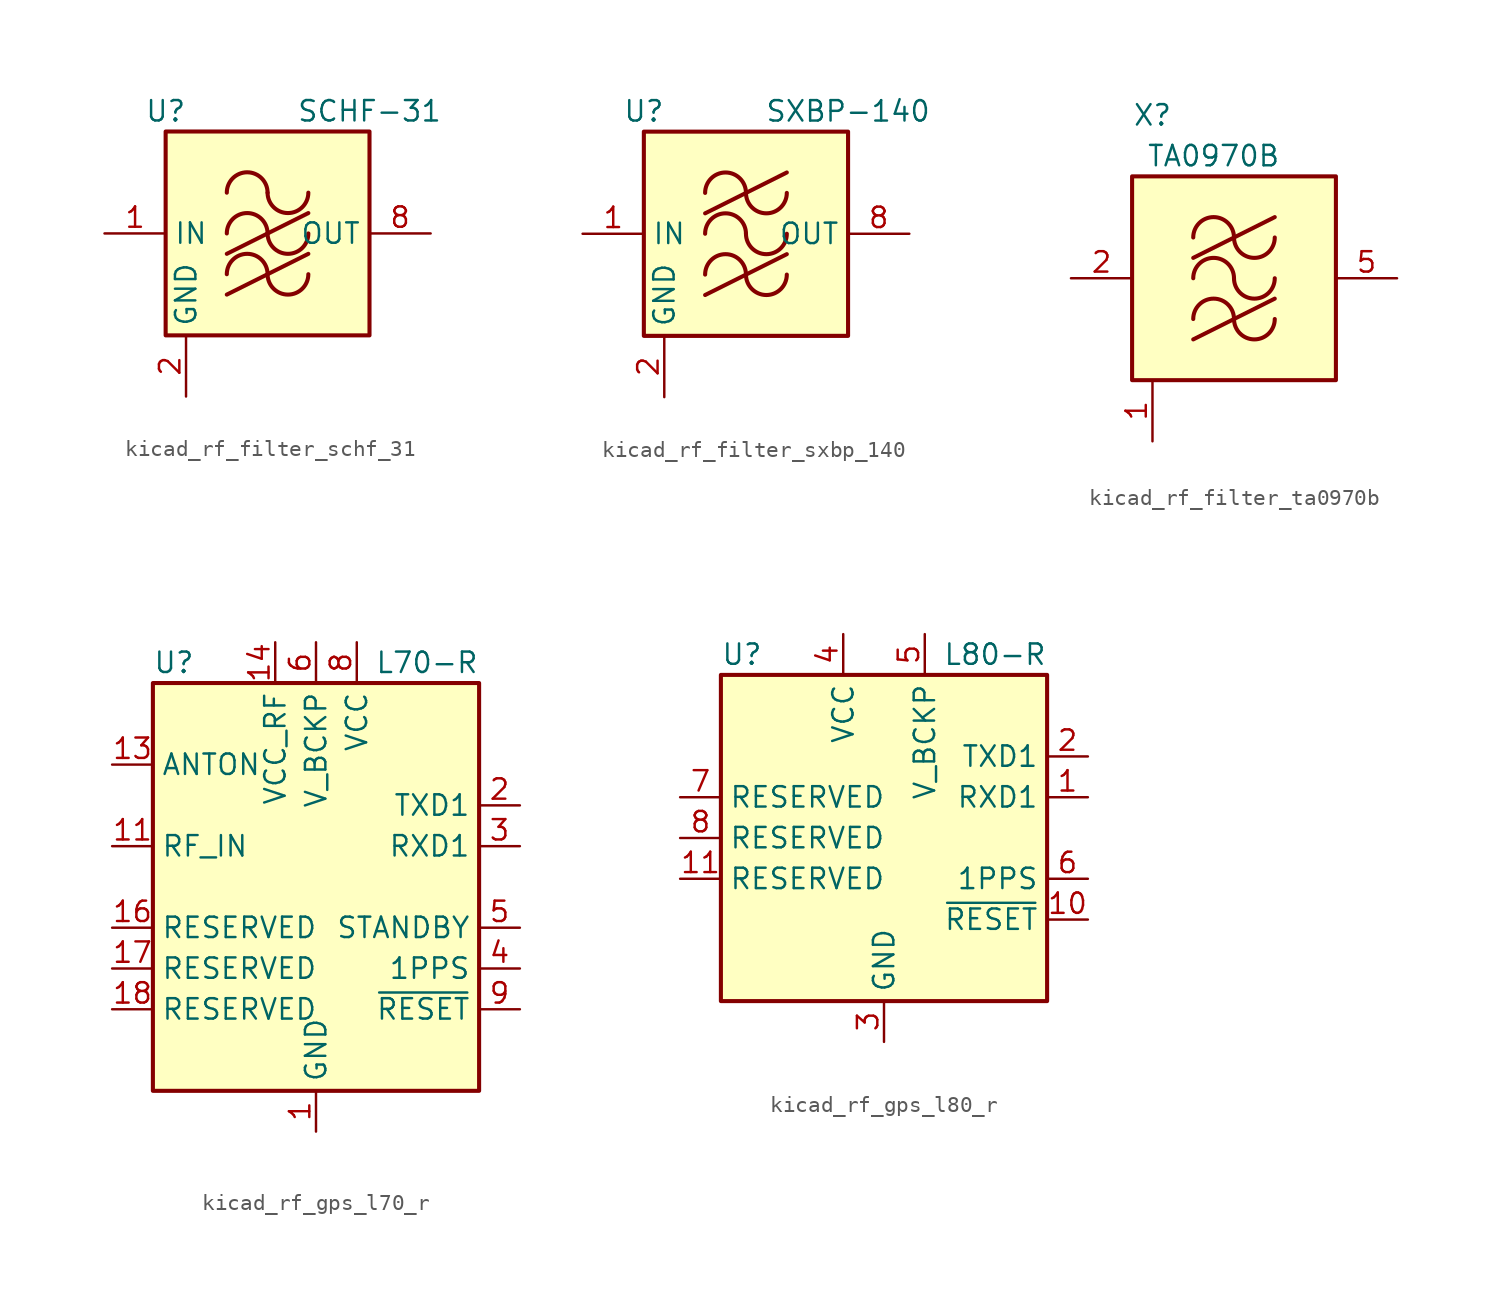
<source format=kicad_sym>
(kicad_symbol_lib
  (version 20220914)
  (generator kicad_symbol_editor)
  (symbol "kicad_rf_filter_schf_31"
    (property "Reference" "U"
      (at -6.35 7.62 0)
      (effects (font (size 1.27 1.27))))
    (property "Value" "SCHF-31"
      (at 6.35 7.62 0)
      (effects (font (size 1.27 1.27))))
    (symbol "kicad_rf_filter_schf_31_0_1"
      (rectangle (start -6.35 6.35) (end 6.35 -6.35) (stroke (width 0.254) (type default)) (fill (type background)))
      (arc (start 0 -2.54) (mid -1.27 -1.2755) (end -2.54 -2.54) (stroke (width 0.254) (type default)) (fill (type none)))
      (arc (start 0 -2.54) (mid 1.27 -3.8045) (end 2.54 -2.54) (stroke (width 0.254) (type default)) (fill (type none)))
      (arc (start 0 0) (mid -1.27 1.2645) (end -2.54 0) (stroke (width 0.254) (type default)) (fill (type none)))
      (polyline (pts (xy -2.54 -3.81) (xy 2.54 -1.27)) (stroke (width 0.254) (type default)) (fill (type none)))
      (polyline (pts (xy -2.54 -1.27) (xy 2.54 1.27)) (stroke (width 0.254) (type default)) (fill (type none)))
      (arc (start 0 0) (mid 1.27 -1.2645) (end 2.54 0) (stroke (width 0.254) (type default)) (fill (type none)))
      (arc (start 0 2.54) (mid -1.27 3.8045) (end -2.54 2.54) (stroke (width 0.254) (type default)) (fill (type none)))
      (arc (start 0 2.54) (mid 1.27 1.2755) (end 2.54 2.54) (stroke (width 0.254) (type default)) (fill (type none))))
    (symbol "kicad_rf_filter_schf_31_1_1"
      (pin input line (at -10.16 0 0) (length 3.81) (name "IN" (effects (font (size 1.27 1.27)))) (number "1" (effects (font (size 1.27 1.27)))))
      (pin power_in line (at -5.08 -10.16 90) (length 3.81) (name "GND" (effects (font (size 1.27 1.27)))) (number "2" (effects (font (size 1.27 1.27)))))
      (pin passive line (at -5.08 -10.16 90) (length 3.81) hide (name "GND" (effects (font (size 1.27 1.27)))) (number "3" (effects (font (size 1.27 1.27)))))
      (pin passive line (at -5.08 -10.16 90) (length 3.81) hide (name "GND" (effects (font (size 1.27 1.27)))) (number "4" (effects (font (size 1.27 1.27)))))
      (pin passive line (at -5.08 -10.16 90) (length 3.81) hide (name "GND" (effects (font (size 1.27 1.27)))) (number "5" (effects (font (size 1.27 1.27)))))
      (pin passive line (at -5.08 -10.16 90) (length 3.81) hide (name "GND" (effects (font (size 1.27 1.27)))) (number "6" (effects (font (size 1.27 1.27)))))
      (pin passive line (at -5.08 -10.16 90) (length 3.81) hide (name "GND" (effects (font (size 1.27 1.27)))) (number "7" (effects (font (size 1.27 1.27)))))
      (pin output line (at 10.16 0 180) (length 3.81) (name "OUT" (effects (font (size 1.27 1.27)))) (number "8" (effects (font (size 1.27 1.27)))))))
  (symbol "kicad_rf_filter_sxbp_140"
    (property "Reference" "U"
      (at -6.35 7.62 0)
      (effects (font (size 1.27 1.27))))
    (property "Value" "SXBP-140"
      (at 6.35 7.62 0)
      (effects (font (size 1.27 1.27))))
    (symbol "kicad_rf_filter_sxbp_140_0_1"
      (rectangle (start -6.35 6.35) (end 6.35 -6.35) (stroke (width 0.254) (type default)) (fill (type background)))
      (arc (start 0 -2.54) (mid -1.27 -1.2755) (end -2.54 -2.54) (stroke (width 0.254) (type default)) (fill (type none)))
      (arc (start 0 -2.54) (mid 1.27 -3.8045) (end 2.54 -2.54) (stroke (width 0.254) (type default)) (fill (type none)))
      (arc (start 0 0) (mid -1.27 1.2645) (end -2.54 0) (stroke (width 0.254) (type default)) (fill (type none)))
      (polyline (pts (xy -2.54 -3.81) (xy 2.54 -1.27)) (stroke (width 0.254) (type default)) (fill (type none)))
      (polyline (pts (xy -2.54 1.27) (xy 2.54 3.81)) (stroke (width 0.254) (type default)) (fill (type none)))
      (arc (start 0 0) (mid 1.27 -1.2645) (end 2.54 0) (stroke (width 0.254) (type default)) (fill (type none)))
      (arc (start 0 2.54) (mid -1.27 3.8045) (end -2.54 2.54) (stroke (width 0.254) (type default)) (fill (type none)))
      (arc (start 0 2.54) (mid 1.27 1.2755) (end 2.54 2.54) (stroke (width 0.254) (type default)) (fill (type none))))
    (symbol "kicad_rf_filter_sxbp_140_1_1"
      (pin input line (at -10.16 0 0) (length 3.81) (name "IN" (effects (font (size 1.27 1.27)))) (number "1" (effects (font (size 1.27 1.27)))))
      (pin power_in line (at -5.08 -10.16 90) (length 3.81) (name "GND" (effects (font (size 1.27 1.27)))) (number "2" (effects (font (size 1.27 1.27)))))
      (pin passive line (at -5.08 -10.16 90) (length 3.81) hide (name "GND" (effects (font (size 1.27 1.27)))) (number "3" (effects (font (size 1.27 1.27)))))
      (pin passive line (at -5.08 -10.16 90) (length 3.81) hide (name "GND" (effects (font (size 1.27 1.27)))) (number "4" (effects (font (size 1.27 1.27)))))
      (pin passive line (at -5.08 -10.16 90) (length 3.81) hide (name "GND" (effects (font (size 1.27 1.27)))) (number "5" (effects (font (size 1.27 1.27)))))
      (pin passive line (at -5.08 -10.16 90) (length 3.81) hide (name "GND" (effects (font (size 1.27 1.27)))) (number "6" (effects (font (size 1.27 1.27)))))
      (pin passive line (at -5.08 -10.16 90) (length 3.81) hide (name "GND" (effects (font (size 1.27 1.27)))) (number "7" (effects (font (size 1.27 1.27)))))
      (pin output line (at 10.16 0 180) (length 3.81) (name "OUT" (effects (font (size 1.27 1.27)))) (number "8" (effects (font (size 1.27 1.27)))))))
  (symbol "kicad_rf_filter_ta0970b"
    (pin_names hide)
    (property "Reference" "X"
      (at -5.08 10.16 0)
      (effects (font (size 1.27 1.27))))
    (property "Value" "TA0970B"
      (at -1.27 7.62 0)
      (effects (font (size 1.27 1.27))))
    (symbol "kicad_rf_filter_ta0970b_1_1"
      (rectangle (start -6.35 6.35) (end 6.35 -6.35) (stroke (width 0.254) (type default)) (fill (type background)))
      (arc (start 0 -2.54) (mid -1.27 -1.2755) (end -2.54 -2.54) (stroke (width 0.254) (type default)) (fill (type none)))
      (arc (start 0 -2.54) (mid 1.27 -3.8045) (end 2.54 -2.54) (stroke (width 0.254) (type default)) (fill (type none)))
      (arc (start 0 0) (mid -1.27 1.2645) (end -2.54 0) (stroke (width 0.254) (type default)) (fill (type none)))
      (polyline (pts (xy -2.54 -3.81) (xy 2.54 -1.27)) (stroke (width 0.254) (type default)) (fill (type none)))
      (polyline (pts (xy -2.54 1.27) (xy 2.54 3.81)) (stroke (width 0.254) (type default)) (fill (type none)))
      (arc (start 0 0) (mid 1.27 -1.2645) (end 2.54 0) (stroke (width 0.254) (type default)) (fill (type none)))
      (arc (start 0 2.54) (mid -1.27 3.8045) (end -2.54 2.54) (stroke (width 0.254) (type default)) (fill (type none)))
      (arc (start 0 2.54) (mid 1.27 1.2755) (end 2.54 2.54) (stroke (width 0.254) (type default)) (fill (type none)))
      (pin power_in line (at -5.08 -10.16 90) (length 3.81) (name "GND" (effects (font (size 1.27 1.27)))) (number "1" (effects (font (size 1.27 1.27)))))
      (pin input line (at -10.16 0 0) (length 3.81) (name "IN" (effects (font (size 1.27 1.27)))) (number "2" (effects (font (size 1.27 1.27)))))
      (pin passive line (at -5.08 -10.16 90) (length 3.81) hide (name "GND" (effects (font (size 1.27 1.27)))) (number "3" (effects (font (size 1.27 1.27)))))
      (pin passive line (at -5.08 -10.16 90) (length 3.81) hide (name "GND" (effects (font (size 1.27 1.27)))) (number "4" (effects (font (size 1.27 1.27)))))
      (pin output line (at 10.16 0 180) (length 3.81) (name "OUT" (effects (font (size 1.27 1.27)))) (number "5" (effects (font (size 1.27 1.27)))))
      (pin passive line (at -5.08 -10.16 90) (length 3.81) hide (name "GND" (effects (font (size 1.27 1.27)))) (number "6" (effects (font (size 1.27 1.27)))))))
  (symbol "kicad_rf_gps_l70_r"
    (property "Reference" "U"
      (at -10.16 13.97 0)
      (effects (font (size 1.27 1.27)) (justify left)))
    (property "Value" "L70-R"
      (at 10.16 13.97 0)
      (effects (font (size 1.27 1.27)) (justify right)))
    (symbol "kicad_rf_gps_l70_r_0_1"
      (rectangle (start -10.16 12.7) (end 10.16 -12.7) (stroke (width 0.254) (type default)) (fill (type background))))
    (symbol "kicad_rf_gps_l70_r_1_1"
      (pin power_in line (at 0 -15.24 90) (length 2.54) (name "GND" (effects (font (size 1.27 1.27)))) (number "1" (effects (font (size 1.27 1.27)))))
      (pin passive line (at 0 -15.24 90) (length 2.54) hide (name "GND" (effects (font (size 1.27 1.27)))) (number "10" (effects (font (size 1.27 1.27)))))
      (pin input line (at -12.7 2.54 0) (length 2.54) (name "RF_IN" (effects (font (size 1.27 1.27)))) (number "11" (effects (font (size 1.27 1.27)))))
      (pin passive line (at 0 -15.24 90) (length 2.54) hide (name "GND" (effects (font (size 1.27 1.27)))) (number "12" (effects (font (size 1.27 1.27)))))
      (pin output line (at -12.7 7.62 0) (length 2.54) (name "ANTON" (effects (font (size 1.27 1.27)))) (number "13" (effects (font (size 1.27 1.27)))))
      (pin power_out line (at -2.54 15.24 270) (length 2.54) (name "VCC_RF" (effects (font (size 1.27 1.27)))) (number "14" (effects (font (size 1.27 1.27)))))
      (pin no_connect line (at -10.16 0 0) (length 2.54) hide (name "NC" (effects (font (size 1.27 1.27)))) (number "15" (effects (font (size 1.27 1.27)))))
      (pin passive line (at -12.7 -2.54 0) (length 2.54) (name "RESERVED" (effects (font (size 1.27 1.27)))) (number "16" (effects (font (size 1.27 1.27)))))
      (pin passive line (at -12.7 -5.08 0) (length 2.54) (name "RESERVED" (effects (font (size 1.27 1.27)))) (number "17" (effects (font (size 1.27 1.27)))))
      (pin passive line (at -12.7 -7.62 0) (length 2.54) (name "RESERVED" (effects (font (size 1.27 1.27)))) (number "18" (effects (font (size 1.27 1.27)))))
      (pin output line (at 12.7 5.08 180) (length 2.54) (name "TXD1" (effects (font (size 1.27 1.27)))) (number "2" (effects (font (size 1.27 1.27)))))
      (pin input line (at 12.7 2.54 180) (length 2.54) (name "RXD1" (effects (font (size 1.27 1.27)))) (number "3" (effects (font (size 1.27 1.27)))))
      (pin output line (at 12.7 -5.08 180) (length 2.54) (name "1PPS" (effects (font (size 1.27 1.27)))) (number "4" (effects (font (size 1.27 1.27)))))
      (pin input line (at 12.7 -2.54 180) (length 2.54) (name "STANDBY" (effects (font (size 1.27 1.27)))) (number "5" (effects (font (size 1.27 1.27)))))
      (pin power_in line (at 0 15.24 270) (length 2.54) (name "V_BCKP" (effects (font (size 1.27 1.27)))) (number "6" (effects (font (size 1.27 1.27)))))
      (pin no_connect line (at 10.16 0 180) (length 2.54) hide (name "NC" (effects (font (size 1.27 1.27)))) (number "7" (effects (font (size 1.27 1.27)))))
      (pin power_in line (at 2.54 15.24 270) (length 2.54) (name "VCC" (effects (font (size 1.27 1.27)))) (number "8" (effects (font (size 1.27 1.27)))))
      (pin input line (at 12.7 -7.62 180) (length 2.54) (name "~{RESET}" (effects (font (size 1.27 1.27)))) (number "9" (effects (font (size 1.27 1.27)))))))
  (symbol "kicad_rf_gps_l80_r"
    (property "Reference" "U"
      (at -10.16 11.43 0)
      (effects (font (size 1.27 1.27)) (justify left)))
    (property "Value" "L80-R"
      (at 10.16 11.43 0)
      (effects (font (size 1.27 1.27)) (justify right)))
    (symbol "kicad_rf_gps_l80_r_0_1"
      (rectangle (start -10.16 10.16) (end 10.16 -10.16) (stroke (width 0.254) (type default)) (fill (type background))))
    (symbol "kicad_rf_gps_l80_r_1_1"
      (pin input line (at 12.7 2.54 180) (length 2.54) (name "RXD1" (effects (font (size 1.27 1.27)))) (number "1" (effects (font (size 1.27 1.27)))))
      (pin input line (at 12.7 -5.08 180) (length 2.54) (name "~{RESET}" (effects (font (size 1.27 1.27)))) (number "10" (effects (font (size 1.27 1.27)))))
      (pin passive line (at -12.7 -2.54 0) (length 2.54) (name "RESERVED" (effects (font (size 1.27 1.27)))) (number "11" (effects (font (size 1.27 1.27)))))
      (pin passive line (at 0 -12.7 90) (length 2.54) hide (name "GND" (effects (font (size 1.27 1.27)))) (number "12" (effects (font (size 1.27 1.27)))))
      (pin output line (at 12.7 5.08 180) (length 2.54) (name "TXD1" (effects (font (size 1.27 1.27)))) (number "2" (effects (font (size 1.27 1.27)))))
      (pin power_in line (at 0 -12.7 90) (length 2.54) (name "GND" (effects (font (size 1.27 1.27)))) (number "3" (effects (font (size 1.27 1.27)))))
      (pin power_in line (at -2.54 12.7 270) (length 2.54) (name "VCC" (effects (font (size 1.27 1.27)))) (number "4" (effects (font (size 1.27 1.27)))))
      (pin power_in line (at 2.54 12.7 270) (length 2.54) (name "V_BCKP" (effects (font (size 1.27 1.27)))) (number "5" (effects (font (size 1.27 1.27)))))
      (pin output line (at 12.7 -2.54 180) (length 2.54) (name "1PPS" (effects (font (size 1.27 1.27)))) (number "6" (effects (font (size 1.27 1.27)))))
      (pin passive line (at -12.7 2.54 0) (length 2.54) (name "RESERVED" (effects (font (size 1.27 1.27)))) (number "7" (effects (font (size 1.27 1.27)))))
      (pin passive line (at -12.7 0 0) (length 2.54) (name "RESERVED" (effects (font (size 1.27 1.27)))) (number "8" (effects (font (size 1.27 1.27)))))
      (pin no_connect line (at 10.16 0 180) (length 2.54) hide (name "NC" (effects (font (size 1.27 1.27)))) (number "9" (effects (font (size 1.27 1.27))))))))
</source>
